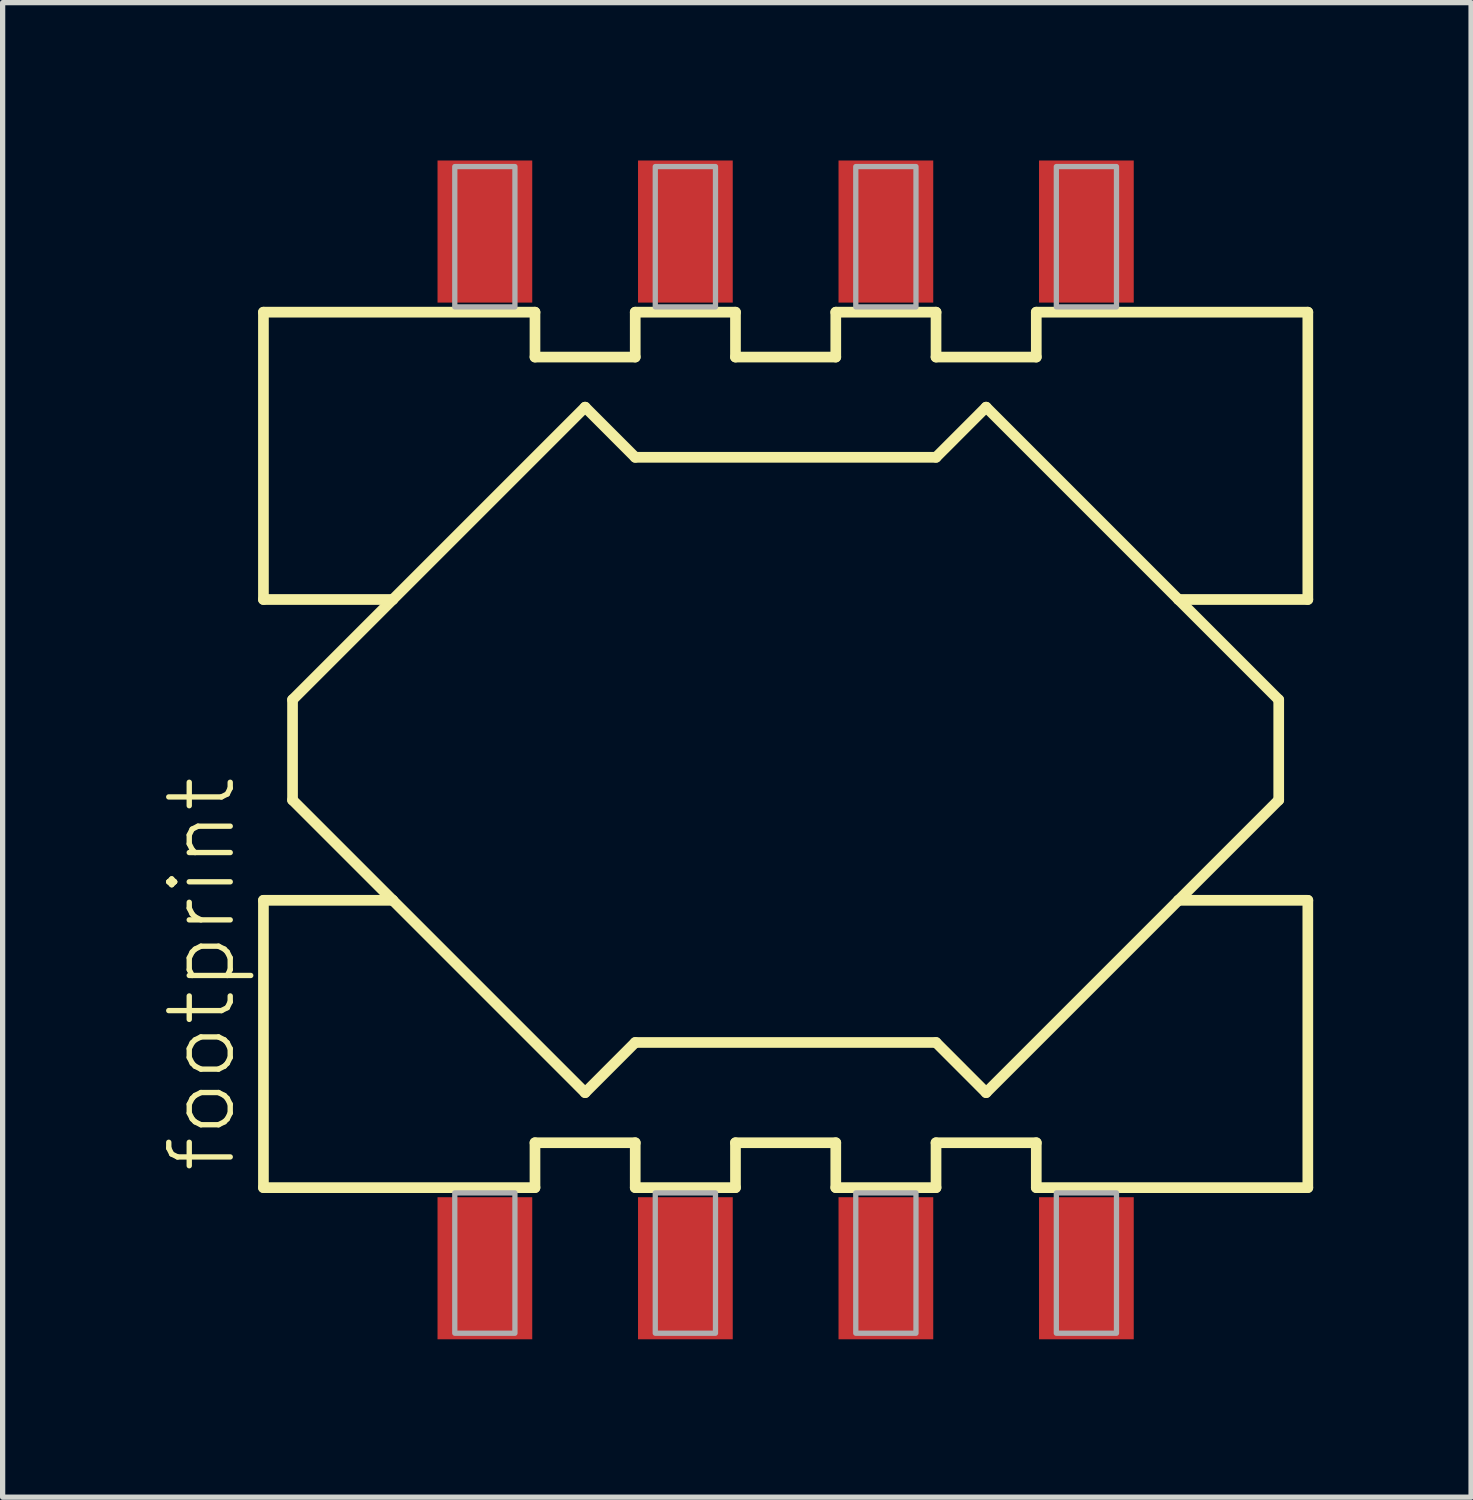
<source format=kicad_pcb>
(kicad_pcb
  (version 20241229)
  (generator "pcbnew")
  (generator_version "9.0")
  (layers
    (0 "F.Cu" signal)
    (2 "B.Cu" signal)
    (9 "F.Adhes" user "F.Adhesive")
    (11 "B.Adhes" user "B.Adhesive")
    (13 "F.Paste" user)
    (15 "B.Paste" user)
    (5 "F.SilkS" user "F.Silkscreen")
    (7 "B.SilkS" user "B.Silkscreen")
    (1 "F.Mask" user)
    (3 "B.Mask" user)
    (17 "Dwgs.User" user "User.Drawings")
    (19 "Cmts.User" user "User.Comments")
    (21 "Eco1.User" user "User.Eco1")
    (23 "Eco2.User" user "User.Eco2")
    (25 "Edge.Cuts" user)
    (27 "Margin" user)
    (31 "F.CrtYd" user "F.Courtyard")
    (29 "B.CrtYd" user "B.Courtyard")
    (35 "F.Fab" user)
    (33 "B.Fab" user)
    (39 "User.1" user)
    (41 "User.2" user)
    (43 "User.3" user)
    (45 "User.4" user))
  (footprint "footprint"
    (layer "F.Cu")
    (at 11.879 11.2)
    (property "Reference" "footprint" (at -10.406 8.08 90) (layer "F.SilkS") (effects (font (size 1.168 1.168) (thickness 0.102)) (justify left bottom)))
    (fp_line (start -9.923 -8.318) (end -4.763 -8.318) (stroke (width 0.203) (type solid)) (layer "F.SilkS"))
    (fp_line (start -9.923 -2.858) (end -9.923 -8.318) (stroke (width 0.203) (type solid)) (layer "F.SilkS"))
    (fp_line (start -9.923 2.858) (end -7.465 2.858) (stroke (width 0.203) (type solid)) (layer "F.SilkS"))
    (fp_line (start -9.923 8.318) (end -9.923 2.858) (stroke (width 0.203) (type solid)) (layer "F.SilkS"))
    (fp_line (start -9.37 -0.953) (end -7.465 -2.858) (stroke (width 0.203) (type solid)) (layer "F.SilkS"))
    (fp_line (start -9.37 0.953) (end -9.37 -0.953) (stroke (width 0.203) (type solid)) (layer "F.SilkS"))
    (fp_line (start -7.465 -2.858) (end -9.923 -2.858) (stroke (width 0.203) (type solid)) (layer "F.SilkS"))
    (fp_line (start -7.465 -2.858) (end -3.81 -6.513) (stroke (width 0.203) (type solid)) (layer "F.SilkS"))
    (fp_line (start -7.465 2.858) (end -9.37 0.953) (stroke (width 0.203) (type solid)) (layer "F.SilkS"))
    (fp_line (start -4.763 -8.318) (end -4.763 -7.465) (stroke (width 0.203) (type solid)) (layer "F.SilkS"))
    (fp_line (start -4.763 -7.465) (end -2.858 -7.465) (stroke (width 0.203) (type solid)) (layer "F.SilkS"))
    (fp_line (start -4.763 7.465) (end -4.763 8.318) (stroke (width 0.203) (type solid)) (layer "F.SilkS"))
    (fp_line (start -4.763 8.318) (end -9.923 8.318) (stroke (width 0.203) (type solid)) (layer "F.SilkS"))
    (fp_line (start -3.81 -6.513) (end -2.858 -5.56) (stroke (width 0.203) (type solid)) (layer "F.SilkS"))
    (fp_line (start -3.81 6.513) (end -7.465 2.858) (stroke (width 0.203) (type solid)) (layer "F.SilkS"))
    (fp_line (start -2.858 -8.318) (end -0.953 -8.318) (stroke (width 0.203) (type solid)) (layer "F.SilkS"))
    (fp_line (start -2.858 -7.465) (end -2.858 -8.318) (stroke (width 0.203) (type solid)) (layer "F.SilkS"))
    (fp_line (start -2.858 -5.56) (end 2.858 -5.56) (stroke (width 0.203) (type solid)) (layer "F.SilkS"))
    (fp_line (start -2.858 5.56) (end -3.81 6.513) (stroke (width 0.203) (type solid)) (layer "F.SilkS"))
    (fp_line (start -2.858 7.465) (end -4.763 7.465) (stroke (width 0.203) (type solid)) (layer "F.SilkS"))
    (fp_line (start -2.858 8.318) (end -2.858 7.465) (stroke (width 0.203) (type solid)) (layer "F.SilkS"))
    (fp_line (start -0.953 -8.318) (end -0.953 -7.465) (stroke (width 0.203) (type solid)) (layer "F.SilkS"))
    (fp_line (start -0.953 -7.465) (end 0.953 -7.465) (stroke (width 0.203) (type solid)) (layer "F.SilkS"))
    (fp_line (start -0.953 7.465) (end -0.953 8.318) (stroke (width 0.203) (type solid)) (layer "F.SilkS"))
    (fp_line (start -0.953 8.318) (end -2.858 8.318) (stroke (width 0.203) (type solid)) (layer "F.SilkS"))
    (fp_line (start 0.953 -8.318) (end 2.858 -8.318) (stroke (width 0.203) (type solid)) (layer "F.SilkS"))
    (fp_line (start 0.953 -7.465) (end 0.953 -8.318) (stroke (width 0.203) (type solid)) (layer "F.SilkS"))
    (fp_line (start 0.953 7.465) (end -0.953 7.465) (stroke (width 0.203) (type solid)) (layer "F.SilkS"))
    (fp_line (start 0.953 8.318) (end 0.953 7.465) (stroke (width 0.203) (type solid)) (layer "F.SilkS"))
    (fp_line (start 2.858 -8.318) (end 2.858 -7.465) (stroke (width 0.203) (type solid)) (layer "F.SilkS"))
    (fp_line (start 2.858 -7.465) (end 4.763 -7.465) (stroke (width 0.203) (type solid)) (layer "F.SilkS"))
    (fp_line (start 2.858 -5.56) (end 3.81 -6.513) (stroke (width 0.203) (type solid)) (layer "F.SilkS"))
    (fp_line (start 2.858 5.56) (end -2.858 5.56) (stroke (width 0.203) (type solid)) (layer "F.SilkS"))
    (fp_line (start 2.858 7.465) (end 2.858 8.318) (stroke (width 0.203) (type solid)) (layer "F.SilkS"))
    (fp_line (start 2.858 8.318) (end 0.953 8.318) (stroke (width 0.203) (type solid)) (layer "F.SilkS"))
    (fp_line (start 3.81 -6.513) (end 7.465 -2.858) (stroke (width 0.203) (type solid)) (layer "F.SilkS"))
    (fp_line (start 3.81 6.513) (end 2.858 5.56) (stroke (width 0.203) (type solid)) (layer "F.SilkS"))
    (fp_line (start 4.763 -8.318) (end 9.923 -8.318) (stroke (width 0.203) (type solid)) (layer "F.SilkS"))
    (fp_line (start 4.763 -7.465) (end 4.763 -8.318) (stroke (width 0.203) (type solid)) (layer "F.SilkS"))
    (fp_line (start 4.763 7.465) (end 2.858 7.465) (stroke (width 0.203) (type solid)) (layer "F.SilkS"))
    (fp_line (start 4.763 8.318) (end 4.763 7.465) (stroke (width 0.203) (type solid)) (layer "F.SilkS"))
    (fp_line (start 7.465 -2.858) (end 9.37 -0.953) (stroke (width 0.203) (type solid)) (layer "F.SilkS"))
    (fp_line (start 7.465 2.858) (end 3.81 6.513) (stroke (width 0.203) (type solid)) (layer "F.SilkS"))
    (fp_line (start 7.465 2.858) (end 9.923 2.858) (stroke (width 0.203) (type solid)) (layer "F.SilkS"))
    (fp_line (start 9.37 -0.953) (end 9.37 0.953) (stroke (width 0.203) (type solid)) (layer "F.SilkS"))
    (fp_line (start 9.37 0.953) (end 7.465 2.858) (stroke (width 0.203) (type solid)) (layer "F.SilkS"))
    (fp_line (start 9.923 -8.318) (end 9.923 -2.858) (stroke (width 0.203) (type solid)) (layer "F.SilkS"))
    (fp_line (start 9.923 -2.858) (end 7.465 -2.858) (stroke (width 0.203) (type solid)) (layer "F.SilkS"))
    (fp_line (start 9.923 2.858) (end 9.923 8.318) (stroke (width 0.203) (type solid)) (layer "F.SilkS"))
    (fp_line (start 9.923 8.318) (end 4.763 8.318) (stroke (width 0.203) (type solid)) (layer "F.SilkS"))
    (fp_poly (pts (xy -6.287 -8.418) (xy -5.144 -8.418) (xy -5.144 -11.085) (xy -6.287 -11.085)) (stroke (width 0.1) (type solid)) (fill no) (layer "F.Fab"))
    (fp_poly (pts (xy -6.287 11.085) (xy -5.144 11.085) (xy -5.144 8.418) (xy -6.287 8.418)) (stroke (width 0.1) (type solid)) (fill no) (layer "F.Fab"))
    (fp_poly (pts (xy -2.477 -8.418) (xy -1.333 -8.418) (xy -1.333 -11.085) (xy -2.477 -11.085)) (stroke (width 0.1) (type solid)) (fill no) (layer "F.Fab"))
    (fp_poly (pts (xy -2.477 11.085) (xy -1.333 11.085) (xy -1.333 8.418) (xy -2.477 8.418)) (stroke (width 0.1) (type solid)) (fill no) (layer "F.Fab"))
    (fp_poly (pts (xy 1.333 -8.418) (xy 2.477 -8.418) (xy 2.477 -11.085) (xy 1.333 -11.085)) (stroke (width 0.1) (type solid)) (fill no) (layer "F.Fab"))
    (fp_poly (pts (xy 1.333 11.085) (xy 2.477 11.085) (xy 2.477 8.418) (xy 1.333 8.418)) (stroke (width 0.1) (type solid)) (fill no) (layer "F.Fab"))
    (fp_poly (pts (xy 5.144 -8.418) (xy 6.287 -8.418) (xy 6.287 -11.085) (xy 5.144 -11.085)) (stroke (width 0.1) (type solid)) (fill no) (layer "F.Fab"))
    (fp_poly (pts (xy 5.144 11.085) (xy 6.287 11.085) (xy 6.287 8.418) (xy 5.144 8.418)) (stroke (width 0.1) (type solid)) (fill no) (layer "F.Fab"))
    (pad "1" smd rect (at -5.715 -9.85) (size 1.8 2.7) (layers "F.Cu" "F.Mask" "F.Paste"))
    (pad "2" smd rect (at -1.905 -9.85) (size 1.8 2.7) (layers "F.Cu" "F.Mask" "F.Paste"))
    (pad "3" smd rect (at 1.905 -9.85) (size 1.8 2.7) (layers "F.Cu" "F.Mask" "F.Paste"))
    (pad "4" smd rect (at 5.715 -9.85) (size 1.8 2.7) (layers "F.Cu" "F.Mask" "F.Paste"))
    (pad "5" smd rect (at 5.715 9.85) (size 1.8 2.7) (layers "F.Cu" "F.Mask" "F.Paste"))
    (pad "6" smd rect (at 1.905 9.85) (size 1.8 2.7) (layers "F.Cu" "F.Mask" "F.Paste"))
    (pad "7" smd rect (at -1.905 9.85) (size 1.8 2.7) (layers "F.Cu" "F.Mask" "F.Paste"))
    (pad "8" smd rect (at -5.715 9.85) (size 1.8 2.7) (layers "F.Cu" "F.Mask" "F.Paste")))
  (gr_rect
    (start -3 -3)
    (end 24.904 25.4)
    (stroke (width 0.1) (type default))
    (fill no)
    (layer "Edge.Cuts")))
</source>
